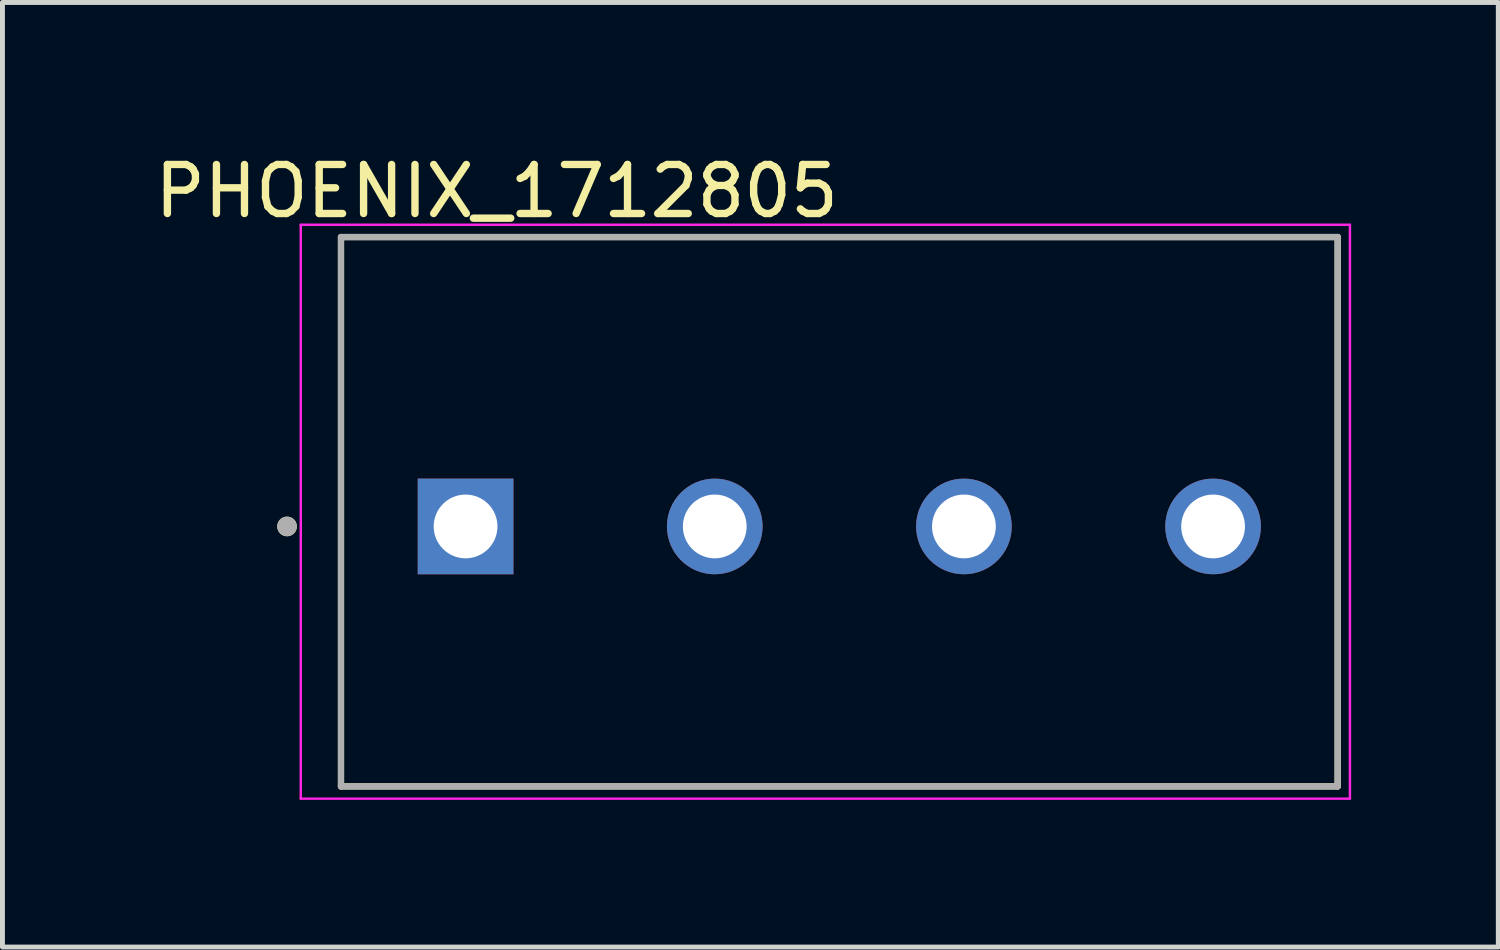
<source format=kicad_pcb>
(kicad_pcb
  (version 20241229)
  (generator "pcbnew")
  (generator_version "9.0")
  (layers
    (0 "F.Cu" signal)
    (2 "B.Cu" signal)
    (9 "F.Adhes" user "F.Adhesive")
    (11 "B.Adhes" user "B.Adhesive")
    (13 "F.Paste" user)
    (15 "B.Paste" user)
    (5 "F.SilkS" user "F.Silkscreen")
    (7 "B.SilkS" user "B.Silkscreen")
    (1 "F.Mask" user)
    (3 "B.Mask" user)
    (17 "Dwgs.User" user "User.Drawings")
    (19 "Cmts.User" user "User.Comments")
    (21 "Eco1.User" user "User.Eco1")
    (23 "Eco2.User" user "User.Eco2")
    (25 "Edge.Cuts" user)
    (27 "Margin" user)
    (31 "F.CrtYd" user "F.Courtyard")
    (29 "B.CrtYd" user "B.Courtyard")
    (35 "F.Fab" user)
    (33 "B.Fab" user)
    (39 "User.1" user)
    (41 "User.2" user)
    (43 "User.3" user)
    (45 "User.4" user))
  (footprint "PHOENIX_1712805"
    (layer "F.Cu")
    (at 3.902 12.983)
    (property "Reference" "PHOENIX_1712805" (at 3.175 -12.135 0) (layer "F.SilkS") (effects (font (size 1 1) (thickness 0.15))))
    (attr through_hole)
    (fp_line (start 0 -11.2) (end 0 0) (stroke (width 0.127) (type solid)) (layer "F.SilkS"))
    (fp_line (start 0 0) (end 20.32 0) (stroke (width 0.127) (type solid)) (layer "F.SilkS"))
    (fp_line (start 20.32 -11.2) (end 0 -11.2) (stroke (width 0.127) (type solid)) (layer "F.SilkS"))
    (fp_line (start 20.32 0) (end 20.32 -11.2) (stroke (width 0.127) (type solid)) (layer "F.SilkS"))
    (fp_circle (center -1.1 -5.3) (end -1 -5.3) (stroke (width 0.2) (type solid)) (fill no) (layer "F.SilkS"))
    (fp_line (start -0.82 -11.45) (end -0.82 0.25) (stroke (width 0.05) (type solid)) (layer "F.CrtYd"))
    (fp_line (start -0.82 0.25) (end 20.57 0.25) (stroke (width 0.05) (type solid)) (layer "F.CrtYd"))
    (fp_line (start 20.57 -11.45) (end -0.82 -11.45) (stroke (width 0.05) (type solid)) (layer "F.CrtYd"))
    (fp_line (start 20.57 0.25) (end 20.57 -11.45) (stroke (width 0.05) (type solid)) (layer "F.CrtYd"))
    (fp_line (start 0 -11.2) (end 0 0) (stroke (width 0.127) (type solid)) (layer "F.Fab"))
    (fp_line (start 0 0) (end 20.32 0) (stroke (width 0.127) (type solid)) (layer "F.Fab"))
    (fp_line (start 20.32 -11.2) (end 0 -11.2) (stroke (width 0.127) (type solid)) (layer "F.Fab"))
    (fp_line (start 20.32 0) (end 20.32 -11.2) (stroke (width 0.127) (type solid)) (layer "F.Fab"))
    (fp_circle (center -1.1 -5.3) (end -1 -5.3) (stroke (width 0.2) (type solid)) (fill no) (layer "F.Fab"))
    (pad "1" thru_hole rect (at 2.54 -5.3) (size 1.95 1.95) (drill 1.3) (layers "*.Cu" "*.Mask"))
    (pad "2" thru_hole circle (at 7.62 -5.3) (size 1.95 1.95) (drill 1.3) (layers "*.Cu" "*.Mask"))
    (pad "3" thru_hole circle (at 12.7 -5.3) (size 1.95 1.95) (drill 1.3) (layers "*.Cu" "*.Mask"))
    (pad "4" thru_hole circle (at 17.78 -5.3) (size 1.95 1.95) (drill 1.3) (layers "*.Cu" "*.Mask")))
  (gr_rect
    (start -3 -3)
    (end 27.497 16.258)
    (stroke (width 0.1) (type default))
    (fill no)
    (layer "Edge.Cuts")))
</source>
